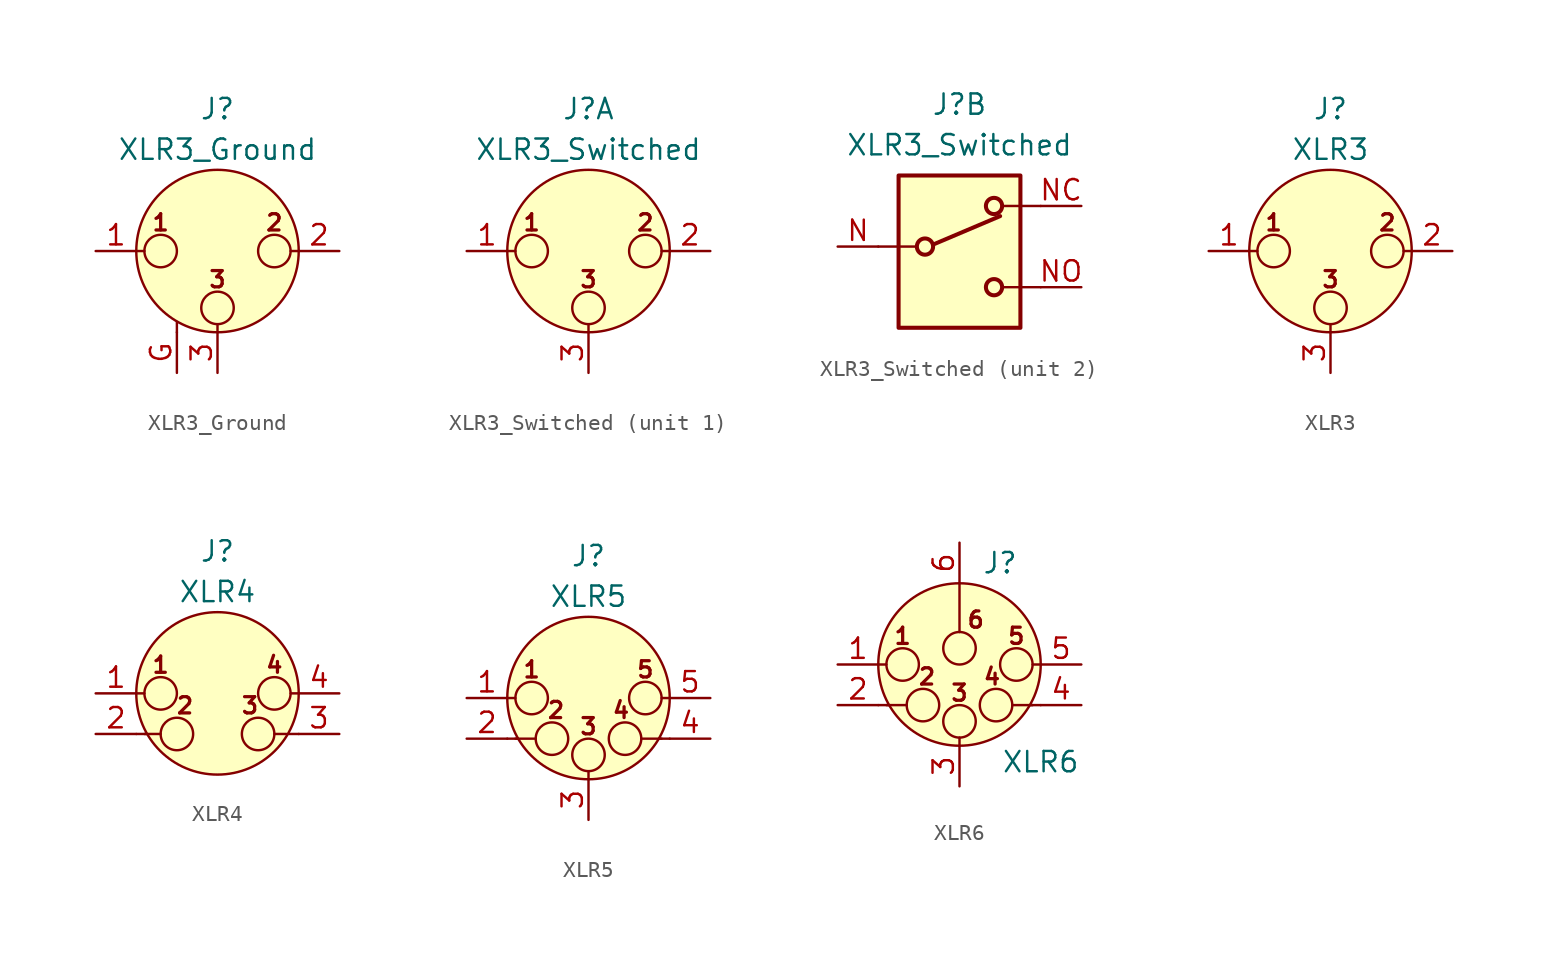
<source format=kicad_sym>
(kicad_symbol_lib
  (version 20211014)
  (generator kicad_symbol_editor)
  (symbol "XLR3_Ground"
    (pin_names hide)
    (property "Reference" "J"
      (at 0 8.89 0)
      (effects (font (size 1.27 1.27))))
    (property "Value" "XLR3_Ground"
      (at 0 6.35 0)
      (effects (font (size 1.27 1.27))))
    (symbol "XLR3_Ground_0_1"
      (circle (center -3.556 0) (radius 1.016) (stroke (width 0) (type default) (color 0 0 0 0)) (fill (type none)))
      (circle (center 0 -3.556) (radius 1.016) (stroke (width 0) (type default) (color 0 0 0 0)) (fill (type none)))
      (polyline (pts (xy -5.08 0) (xy -4.572 0)) (stroke (width 0) (type default) (color 0 0 0 0)) (fill (type none)))
      (polyline (pts (xy -2.54 -5.08) (xy -2.54 -4.445)) (stroke (width 0) (type default) (color 0 0 0 0)) (fill (type none)))
      (polyline (pts (xy 0 -5.08) (xy 0 -4.572)) (stroke (width 0) (type default) (color 0 0 0 0)) (fill (type none)))
      (polyline (pts (xy 5.08 0) (xy 4.572 0)) (stroke (width 0) (type default) (color 0 0 0 0)) (fill (type none)))
      (circle (center 0 0) (radius 5.08) (stroke (width 0) (type default) (color 0 0 0 0)) (fill (type background)))
      (circle (center 3.556 0) (radius 1.016) (stroke (width 0) (type default) (color 0 0 0 0)) (fill (type none)))
      (text "1" (at -3.556 1.778 0) (effects (font (size 1.016 1.016) bold)))
      (text "2" (at 3.556 1.778 0) (effects (font (size 1.016 1.016) bold)))
      (text "3" (at 0 -1.778 0) (effects (font (size 1.016 1.016) bold)))
      (pin passive line (at -7.62 0 0) (length 2.54) (name "~" (effects (font (size 1.27 1.27)))) (number "1" (effects (font (size 1.27 1.27)))))
      (pin passive line (at 7.62 0 180) (length 2.54) (name "~" (effects (font (size 1.27 1.27)))) (number "2" (effects (font (size 1.27 1.27)))))
      (pin passive line (at 0 -7.62 90) (length 2.54) (name "~" (effects (font (size 1.27 1.27)))) (number "3" (effects (font (size 1.27 1.27))))))
    (symbol "XLR3_Ground_1_1"
      (pin passive line (at -2.54 -7.62 90) (length 2.54) (name "~" (effects (font (size 1.27 1.27)))) (number "G" (effects (font (size 1.27 1.27)))))))
  (symbol "XLR3_Switched"
    (pin_names hide)
    (property "Reference" "J"
      (at 0 8.89 0)
      (effects (font (size 1.27 1.27))))
    (property "Value" "XLR3_Switched"
      (at 0 6.35 0)
      (effects (font (size 1.27 1.27))))
    (symbol "XLR3_Switched_1_1"
      (circle (center -3.556 0) (radius 1.016) (stroke (width 0) (type default) (color 0 0 0 0)) (fill (type none)))
      (circle (center 0 -3.556) (radius 1.016) (stroke (width 0) (type default) (color 0 0 0 0)) (fill (type none)))
      (polyline (pts (xy -5.08 0) (xy -4.572 0)) (stroke (width 0) (type default) (color 0 0 0 0)) (fill (type none)))
      (polyline (pts (xy 0 -5.08) (xy 0 -4.572)) (stroke (width 0) (type default) (color 0 0 0 0)) (fill (type none)))
      (polyline (pts (xy 5.08 0) (xy 4.572 0)) (stroke (width 0) (type default) (color 0 0 0 0)) (fill (type none)))
      (circle (center 0 0) (radius 5.08) (stroke (width 0) (type default) (color 0 0 0 0)) (fill (type background)))
      (circle (center 3.556 0) (radius 1.016) (stroke (width 0) (type default) (color 0 0 0 0)) (fill (type none)))
      (text "1" (at -3.556 1.778 0) (effects (font (size 1.016 1.016) bold)))
      (text "2" (at 3.556 1.778 0) (effects (font (size 1.016 1.016) bold)))
      (text "3" (at 0 -1.778 0) (effects (font (size 1.016 1.016) bold)))
      (pin passive line (at -7.62 0 0) (length 2.54) (name "~" (effects (font (size 1.27 1.27)))) (number "1" (effects (font (size 1.27 1.27)))))
      (pin passive line (at 7.62 0 180) (length 2.54) (name "~" (effects (font (size 1.27 1.27)))) (number "2" (effects (font (size 1.27 1.27)))))
      (pin passive line (at 0 -7.62 90) (length 2.54) (name "~" (effects (font (size 1.27 1.27)))) (number "3" (effects (font (size 1.27 1.27))))))
    (symbol "XLR3_Switched_2_1"
      (rectangle (start -3.81 4.445) (end 3.81 -5.08) (stroke (width 0.254) (type default) (color 0 0 0 0)) (fill (type background)))
      (circle (center -2.159 0) (radius 0.508) (stroke (width 0.254) (type default) (color 0 0 0 0)) (fill (type none)))
      (polyline (pts (xy -5.08 0) (xy -2.794 0)) (stroke (width 0) (type default) (color 0 0 0 0)) (fill (type none)))
      (polyline (pts (xy -1.651 0.127) (xy 2.54 1.905)) (stroke (width 0.254) (type default) (color 0 0 0 0)) (fill (type none)))
      (polyline (pts (xy 5.08 -2.54) (xy 2.794 -2.54)) (stroke (width 0) (type default) (color 0 0 0 0)) (fill (type none)))
      (polyline (pts (xy 5.08 2.54) (xy 2.794 2.54)) (stroke (width 0) (type default) (color 0 0 0 0)) (fill (type none)))
      (circle (center 2.159 -2.54) (radius 0.508) (stroke (width 0.254) (type default) (color 0 0 0 0)) (fill (type none)))
      (circle (center 2.159 2.54) (radius 0.508) (stroke (width 0.254) (type default) (color 0 0 0 0)) (fill (type none)))
      (pin passive line (at -7.62 0 0) (length 2.54) (name "~" (effects (font (size 1.27 1.27)))) (number "N" (effects (font (size 1.27 1.27)))))
      (pin passive line (at 7.62 2.54 180) (length 2.54) (name "~" (effects (font (size 1.27 1.27)))) (number "NC" (effects (font (size 1.27 1.27)))))
      (pin passive line (at 7.62 -2.54 180) (length 2.54) (name "~" (effects (font (size 1.27 1.27)))) (number "NO" (effects (font (size 1.27 1.27)))))))
  (symbol "XLR3"
    (pin_names hide)
    (property "Reference" "J"
      (at 0 8.89 0)
      (effects (font (size 1.27 1.27))))
    (property "Value" "XLR3"
      (at 0 6.35 0)
      (effects (font (size 1.27 1.27))))
    (symbol "XLR3_0_1"
      (circle (center -3.556 0) (radius 1.016) (stroke (width 0) (type default) (color 0 0 0 0)) (fill (type none)))
      (circle (center 0 -3.556) (radius 1.016) (stroke (width 0) (type default) (color 0 0 0 0)) (fill (type none)))
      (polyline (pts (xy -5.08 0) (xy -4.572 0)) (stroke (width 0) (type default) (color 0 0 0 0)) (fill (type none)))
      (polyline (pts (xy 0 -5.08) (xy 0 -4.572)) (stroke (width 0) (type default) (color 0 0 0 0)) (fill (type none)))
      (polyline (pts (xy 5.08 0) (xy 4.572 0)) (stroke (width 0) (type default) (color 0 0 0 0)) (fill (type none)))
      (circle (center 0 0) (radius 5.08) (stroke (width 0) (type default) (color 0 0 0 0)) (fill (type background)))
      (circle (center 3.556 0) (radius 1.016) (stroke (width 0) (type default) (color 0 0 0 0)) (fill (type none)))
      (text "1" (at -3.556 1.778 0) (effects (font (size 1.016 1.016) bold)))
      (text "2" (at 3.556 1.778 0) (effects (font (size 1.016 1.016) bold)))
      (text "3" (at 0 -1.778 0) (effects (font (size 1.016 1.016) bold)))
      (pin passive line (at -7.62 0 0) (length 2.54) (name "~" (effects (font (size 1.27 1.27)))) (number "1" (effects (font (size 1.27 1.27)))))
      (pin passive line (at 7.62 0 180) (length 2.54) (name "~" (effects (font (size 1.27 1.27)))) (number "2" (effects (font (size 1.27 1.27)))))
      (pin passive line (at 0 -7.62 90) (length 2.54) (name "~" (effects (font (size 1.27 1.27)))) (number "3" (effects (font (size 1.27 1.27)))))))
  (symbol "XLR4"
    (pin_names hide)
    (property "Reference" "J"
      (at 0 8.89 0)
      (effects (font (size 1.27 1.27))))
    (property "Value" "XLR4"
      (at 0 6.35 0)
      (effects (font (size 1.27 1.27))))
    (symbol "XLR4_0_1"
      (circle (center -3.556 0) (radius 1.016) (stroke (width 0) (type default) (color 0 0 0 0)) (fill (type none)))
      (circle (center -2.54 -2.54) (radius 1.016) (stroke (width 0) (type default) (color 0 0 0 0)) (fill (type none)))
      (polyline (pts (xy -5.08 -2.54) (xy -4.445 -2.54)) (stroke (width 0) (type default) (color 0 0 0 0)) (fill (type none)))
      (polyline (pts (xy -5.08 0) (xy -4.572 0)) (stroke (width 0) (type default) (color 0 0 0 0)) (fill (type none)))
      (polyline (pts (xy -4.572 -2.54) (xy -3.556 -2.54)) (stroke (width 0) (type default) (color 0 0 0 0)) (fill (type none)))
      (polyline (pts (xy 4.318 -2.54) (xy 3.556 -2.54)) (stroke (width 0) (type default) (color 0 0 0 0)) (fill (type none)))
      (polyline (pts (xy 5.08 -2.54) (xy 4.445 -2.54)) (stroke (width 0) (type default) (color 0 0 0 0)) (fill (type none)))
      (polyline (pts (xy 5.08 0) (xy 4.572 0)) (stroke (width 0) (type default) (color 0 0 0 0)) (fill (type none)))
      (circle (center 0 0) (radius 5.08) (stroke (width 0) (type default) (color 0 0 0 0)) (fill (type background)))
      (circle (center 2.54 -2.54) (radius 1.016) (stroke (width 0) (type default) (color 0 0 0 0)) (fill (type none)))
      (circle (center 3.556 0) (radius 1.016) (stroke (width 0) (type default) (color 0 0 0 0)) (fill (type none)))
      (text "1" (at -3.556 1.778 0) (effects (font (size 1.016 1.016) bold)))
      (text "2" (at -2.032 -0.762 0) (effects (font (size 1.016 1.016) bold)))
      (text "3" (at 2.032 -0.762 0) (effects (font (size 1.016 1.016) bold)))
      (text "4" (at 3.556 1.778 0) (effects (font (size 1.016 1.016) bold))))
    (symbol "XLR4_1_1"
      (pin passive line (at -7.62 0 0) (length 2.54) (name "~" (effects (font (size 1.27 1.27)))) (number "1" (effects (font (size 1.27 1.27)))))
      (pin passive line (at -7.62 -2.54 0) (length 2.54) (name "~" (effects (font (size 1.27 1.27)))) (number "2" (effects (font (size 1.27 1.27)))))
      (pin passive line (at 7.62 -2.54 180) (length 2.54) (name "~" (effects (font (size 1.27 1.27)))) (number "3" (effects (font (size 1.27 1.27)))))
      (pin passive line (at 7.62 0 180) (length 2.54) (name "~" (effects (font (size 1.27 1.27)))) (number "4" (effects (font (size 1.27 1.27)))))))
  (symbol "XLR5"
    (pin_names hide)
    (property "Reference" "J"
      (at 0 8.89 0)
      (effects (font (size 1.27 1.27))))
    (property "Value" "XLR5"
      (at 0 6.35 0)
      (effects (font (size 1.27 1.27))))
    (symbol "XLR5_0_1"
      (circle (center -3.556 0) (radius 1.016) (stroke (width 0) (type default) (color 0 0 0 0)) (fill (type none)))
      (circle (center -2.286 -2.54) (radius 1.016) (stroke (width 0) (type default) (color 0 0 0 0)) (fill (type none)))
      (circle (center 0 -3.556) (radius 1.016) (stroke (width 0) (type default) (color 0 0 0 0)) (fill (type none)))
      (polyline (pts (xy -5.08 -2.54) (xy -4.445 -2.54)) (stroke (width 0) (type default) (color 0 0 0 0)) (fill (type none)))
      (polyline (pts (xy -5.08 0) (xy -4.572 0)) (stroke (width 0) (type default) (color 0 0 0 0)) (fill (type none)))
      (polyline (pts (xy -4.572 -2.54) (xy -3.302 -2.54)) (stroke (width 0) (type default) (color 0 0 0 0)) (fill (type none)))
      (polyline (pts (xy 0 -5.08) (xy 0 -4.572)) (stroke (width 0) (type default) (color 0 0 0 0)) (fill (type none)))
      (polyline (pts (xy 4.572 -2.54) (xy 3.302 -2.54)) (stroke (width 0) (type default) (color 0 0 0 0)) (fill (type none)))
      (polyline (pts (xy 5.08 -2.54) (xy 4.445 -2.54)) (stroke (width 0) (type default) (color 0 0 0 0)) (fill (type none)))
      (polyline (pts (xy 5.08 0) (xy 4.572 0)) (stroke (width 0) (type default) (color 0 0 0 0)) (fill (type none)))
      (circle (center 0 0) (radius 5.08) (stroke (width 0) (type default) (color 0 0 0 0)) (fill (type background)))
      (circle (center 2.286 -2.54) (radius 1.016) (stroke (width 0) (type default) (color 0 0 0 0)) (fill (type none)))
      (circle (center 3.556 0) (radius 1.016) (stroke (width 0) (type default) (color 0 0 0 0)) (fill (type none)))
      (text "1" (at -3.556 1.778 0) (effects (font (size 1.016 1.016) bold)))
      (text "2" (at -2.032 -0.762 0) (effects (font (size 1.016 1.016) bold)))
      (text "3" (at 0 -1.778 0) (effects (font (size 1.016 1.016) bold)))
      (text "4" (at 2.032 -0.762 0) (effects (font (size 1.016 1.016) bold)))
      (text "5" (at 3.556 1.778 0) (effects (font (size 1.016 1.016) bold))))
    (symbol "XLR5_1_1"
      (pin passive line (at -7.62 0 0) (length 2.54) (name "P1" (effects (font (size 1.27 1.27)))) (number "1" (effects (font (size 1.27 1.27)))))
      (pin passive line (at -7.62 -2.54 0) (length 2.54) (name "P2" (effects (font (size 1.27 1.27)))) (number "2" (effects (font (size 1.27 1.27)))))
      (pin passive line (at 0 -7.62 90) (length 2.54) (name "P3" (effects (font (size 1.27 1.27)))) (number "3" (effects (font (size 1.27 1.27)))))
      (pin passive line (at 7.62 -2.54 180) (length 2.54) (name "P3" (effects (font (size 1.27 1.27)))) (number "4" (effects (font (size 1.27 1.27)))))
      (pin passive line (at 7.62 0 180) (length 2.54) (name "P5" (effects (font (size 1.27 1.27)))) (number "5" (effects (font (size 1.27 1.27)))))))
  (symbol "XLR6"
    (pin_names hide)
    (property "Reference" "J"
      (at 2.54 6.35 0)
      (effects (font (size 1.27 1.27))))
    (property "Value" "XLR6"
      (at 5.08 -6.096 0)
      (effects (font (size 1.27 1.27))))
    (symbol "XLR6_0_1"
      (circle (center -3.556 0) (radius 1.016) (stroke (width 0) (type default) (color 0 0 0 0)) (fill (type none)))
      (circle (center -2.286 -2.54) (radius 1.016) (stroke (width 0) (type default) (color 0 0 0 0)) (fill (type none)))
      (circle (center 0 -3.556) (radius 1.016) (stroke (width 0) (type default) (color 0 0 0 0)) (fill (type none)))
      (polyline (pts (xy -5.08 -2.54) (xy -4.445 -2.54)) (stroke (width 0) (type default) (color 0 0 0 0)) (fill (type none)))
      (polyline (pts (xy -5.08 0) (xy -4.572 0)) (stroke (width 0) (type default) (color 0 0 0 0)) (fill (type none)))
      (polyline (pts (xy -4.572 -2.54) (xy -3.302 -2.54)) (stroke (width 0) (type default) (color 0 0 0 0)) (fill (type none)))
      (polyline (pts (xy 0 -5.08) (xy 0 -4.572)) (stroke (width 0) (type default) (color 0 0 0 0)) (fill (type none)))
      (polyline (pts (xy 0 5.08) (xy 0 2.032)) (stroke (width 0) (type default) (color 0 0 0 0)) (fill (type none)))
      (polyline (pts (xy 4.572 -2.54) (xy 3.302 -2.54)) (stroke (width 0) (type default) (color 0 0 0 0)) (fill (type none)))
      (polyline (pts (xy 5.08 -2.54) (xy 4.445 -2.54)) (stroke (width 0) (type default) (color 0 0 0 0)) (fill (type none)))
      (polyline (pts (xy 5.08 0) (xy 4.572 0)) (stroke (width 0) (type default) (color 0 0 0 0)) (fill (type none)))
      (circle (center 0 0) (radius 5.08) (stroke (width 0) (type default) (color 0 0 0 0)) (fill (type background)))
      (circle (center 0 1.016) (radius 1.016) (stroke (width 0) (type default) (color 0 0 0 0)) (fill (type none)))
      (circle (center 2.286 -2.54) (radius 1.016) (stroke (width 0) (type default) (color 0 0 0 0)) (fill (type none)))
      (circle (center 3.556 0) (radius 1.016) (stroke (width 0) (type default) (color 0 0 0 0)) (fill (type none)))
      (text "1" (at -3.556 1.778 0) (effects (font (size 1.016 1.016) bold)))
      (text "2" (at -2.032 -0.762 0) (effects (font (size 1.016 1.016) bold)))
      (text "3" (at 0 -1.778 0) (effects (font (size 1.016 1.016) bold)))
      (text "4" (at 2.032 -0.762 0) (effects (font (size 1.016 1.016) bold)))
      (text "5" (at 3.556 1.778 0) (effects (font (size 1.016 1.016) bold)))
      (text "6" (at 1.016 2.794 0) (effects (font (size 1.016 1.016) bold))))
    (symbol "XLR6_1_1"
      (pin passive line (at -7.62 0 0) (length 2.54) (name "P1" (effects (font (size 1.27 1.27)))) (number "1" (effects (font (size 1.27 1.27)))))
      (pin passive line (at -7.62 -2.54 0) (length 2.54) (name "P2" (effects (font (size 1.27 1.27)))) (number "2" (effects (font (size 1.27 1.27)))))
      (pin passive line (at 0 -7.62 90) (length 2.54) (name "P3" (effects (font (size 1.27 1.27)))) (number "3" (effects (font (size 1.27 1.27)))))
      (pin passive line (at 7.62 -2.54 180) (length 2.54) (name "P3" (effects (font (size 1.27 1.27)))) (number "4" (effects (font (size 1.27 1.27)))))
      (pin passive line (at 7.62 0 180) (length 2.54) (name "P5" (effects (font (size 1.27 1.27)))) (number "5" (effects (font (size 1.27 1.27)))))
      (pin passive line (at 0 7.62 270) (length 2.54) (name "P6" (effects (font (size 1.27 1.27)))) (number "6" (effects (font (size 1.27 1.27))))))))
</source>
